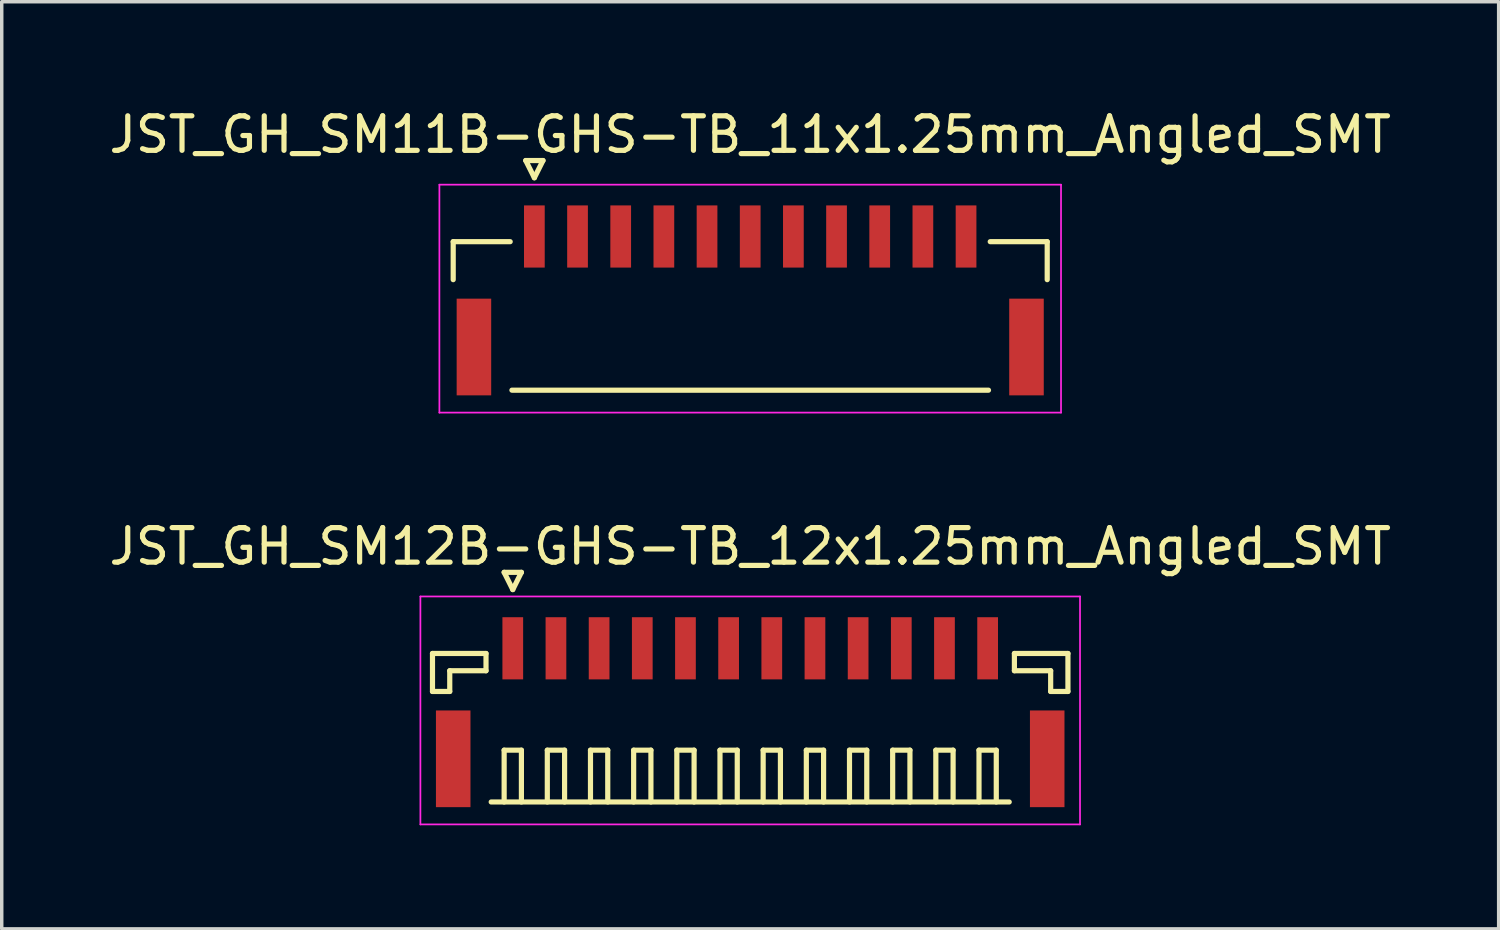
<source format=kicad_pcb>
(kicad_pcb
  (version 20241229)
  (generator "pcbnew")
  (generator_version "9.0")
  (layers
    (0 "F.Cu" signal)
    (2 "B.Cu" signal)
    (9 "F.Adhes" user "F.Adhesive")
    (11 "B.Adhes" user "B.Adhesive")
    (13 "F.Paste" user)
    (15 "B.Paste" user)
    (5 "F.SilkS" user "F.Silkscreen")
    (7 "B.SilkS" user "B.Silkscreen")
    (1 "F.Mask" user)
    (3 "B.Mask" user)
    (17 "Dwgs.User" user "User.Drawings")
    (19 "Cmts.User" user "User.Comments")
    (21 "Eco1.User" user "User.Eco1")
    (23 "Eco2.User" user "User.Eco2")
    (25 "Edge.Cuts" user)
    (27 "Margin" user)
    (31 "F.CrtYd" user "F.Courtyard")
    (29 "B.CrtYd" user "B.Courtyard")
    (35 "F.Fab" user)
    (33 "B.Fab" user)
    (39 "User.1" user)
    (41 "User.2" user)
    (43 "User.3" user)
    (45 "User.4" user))
  (footprint "JST_GH_SM12B-GHS-TB_12x1.25mm_Angled_SMT"
    (layer "F.Cu")
    (at 18.673 17.322)
    (property "Reference" "JST_GH_SM12B-GHS-TB_12x1.25mm_Angled_SMT" (at 0 -4.55 0) (layer "F.SilkS") (effects (font (size 1 1) (thickness 0.15))))
    (attr smd)
    (fp_line (start -9.2 -1.45) (end -7.65 -1.45) (stroke (width 0.15) (type solid)) (layer "F.SilkS"))
    (fp_line (start -9.2 -0.35) (end -9.2 -1.45) (stroke (width 0.15) (type solid)) (layer "F.SilkS"))
    (fp_line (start -8.7 -0.95) (end -8.7 -0.35) (stroke (width 0.15) (type solid)) (layer "F.SilkS"))
    (fp_line (start -8.7 -0.35) (end -9.2 -0.35) (stroke (width 0.15) (type solid)) (layer "F.SilkS"))
    (fp_line (start -7.65 -1.45) (end -7.65 -0.95) (stroke (width 0.15) (type solid)) (layer "F.SilkS"))
    (fp_line (start -7.65 -0.95) (end -8.7 -0.95) (stroke (width 0.15) (type solid)) (layer "F.SilkS"))
    (fp_line (start -7.5 2.85) (end 7.5 2.85) (stroke (width 0.15) (type solid)) (layer "F.SilkS"))
    (fp_line (start -7.125 -3.8) (end -6.625 -3.8) (stroke (width 0.15) (type solid)) (layer "F.SilkS"))
    (fp_line (start -7.125 1.35) (end -6.625 1.35) (stroke (width 0.15) (type solid)) (layer "F.SilkS"))
    (fp_line (start -7.125 2.85) (end -7.125 1.35) (stroke (width 0.15) (type solid)) (layer "F.SilkS"))
    (fp_line (start -6.875 -3.3) (end -7.125 -3.8) (stroke (width 0.15) (type solid)) (layer "F.SilkS"))
    (fp_line (start -6.625 -3.8) (end -6.875 -3.3) (stroke (width 0.15) (type solid)) (layer "F.SilkS"))
    (fp_line (start -6.625 1.35) (end -6.625 2.85) (stroke (width 0.15) (type solid)) (layer "F.SilkS"))
    (fp_line (start -5.875 1.35) (end -5.375 1.35) (stroke (width 0.15) (type solid)) (layer "F.SilkS"))
    (fp_line (start -5.875 2.85) (end -5.875 1.35) (stroke (width 0.15) (type solid)) (layer "F.SilkS"))
    (fp_line (start -5.375 1.35) (end -5.375 2.85) (stroke (width 0.15) (type solid)) (layer "F.SilkS"))
    (fp_line (start -4.625 1.35) (end -4.125 1.35) (stroke (width 0.15) (type solid)) (layer "F.SilkS"))
    (fp_line (start -4.625 2.85) (end -4.625 1.35) (stroke (width 0.15) (type solid)) (layer "F.SilkS"))
    (fp_line (start -4.125 1.35) (end -4.125 2.85) (stroke (width 0.15) (type solid)) (layer "F.SilkS"))
    (fp_line (start -3.375 1.35) (end -2.875 1.35) (stroke (width 0.15) (type solid)) (layer "F.SilkS"))
    (fp_line (start -3.375 2.85) (end -3.375 1.35) (stroke (width 0.15) (type solid)) (layer "F.SilkS"))
    (fp_line (start -2.875 1.35) (end -2.875 2.85) (stroke (width 0.15) (type solid)) (layer "F.SilkS"))
    (fp_line (start -2.125 1.35) (end -1.625 1.35) (stroke (width 0.15) (type solid)) (layer "F.SilkS"))
    (fp_line (start -2.125 2.85) (end -2.125 1.35) (stroke (width 0.15) (type solid)) (layer "F.SilkS"))
    (fp_line (start -1.625 1.35) (end -1.625 2.85) (stroke (width 0.15) (type solid)) (layer "F.SilkS"))
    (fp_line (start -0.875 1.35) (end -0.375 1.35) (stroke (width 0.15) (type solid)) (layer "F.SilkS"))
    (fp_line (start -0.875 2.85) (end -0.875 1.35) (stroke (width 0.15) (type solid)) (layer "F.SilkS"))
    (fp_line (start -0.375 1.35) (end -0.375 2.85) (stroke (width 0.15) (type solid)) (layer "F.SilkS"))
    (fp_line (start 0.375 1.35) (end 0.875 1.35) (stroke (width 0.15) (type solid)) (layer "F.SilkS"))
    (fp_line (start 0.375 2.85) (end 0.375 1.35) (stroke (width 0.15) (type solid)) (layer "F.SilkS"))
    (fp_line (start 0.875 1.35) (end 0.875 2.85) (stroke (width 0.15) (type solid)) (layer "F.SilkS"))
    (fp_line (start 1.625 1.35) (end 2.125 1.35) (stroke (width 0.15) (type solid)) (layer "F.SilkS"))
    (fp_line (start 1.625 2.85) (end 1.625 1.35) (stroke (width 0.15) (type solid)) (layer "F.SilkS"))
    (fp_line (start 2.125 1.35) (end 2.125 2.85) (stroke (width 0.15) (type solid)) (layer "F.SilkS"))
    (fp_line (start 2.875 1.35) (end 3.375 1.35) (stroke (width 0.15) (type solid)) (layer "F.SilkS"))
    (fp_line (start 2.875 2.85) (end 2.875 1.35) (stroke (width 0.15) (type solid)) (layer "F.SilkS"))
    (fp_line (start 3.375 1.35) (end 3.375 2.85) (stroke (width 0.15) (type solid)) (layer "F.SilkS"))
    (fp_line (start 4.125 1.35) (end 4.625 1.35) (stroke (width 0.15) (type solid)) (layer "F.SilkS"))
    (fp_line (start 4.125 2.85) (end 4.125 1.35) (stroke (width 0.15) (type solid)) (layer "F.SilkS"))
    (fp_line (start 4.625 1.35) (end 4.625 2.85) (stroke (width 0.15) (type solid)) (layer "F.SilkS"))
    (fp_line (start 5.375 1.35) (end 5.875 1.35) (stroke (width 0.15) (type solid)) (layer "F.SilkS"))
    (fp_line (start 5.375 2.85) (end 5.375 1.35) (stroke (width 0.15) (type solid)) (layer "F.SilkS"))
    (fp_line (start 5.875 1.35) (end 5.875 2.85) (stroke (width 0.15) (type solid)) (layer "F.SilkS"))
    (fp_line (start 6.625 1.35) (end 7.125 1.35) (stroke (width 0.15) (type solid)) (layer "F.SilkS"))
    (fp_line (start 6.625 2.85) (end 6.625 1.35) (stroke (width 0.15) (type solid)) (layer "F.SilkS"))
    (fp_line (start 7.125 1.35) (end 7.125 2.85) (stroke (width 0.15) (type solid)) (layer "F.SilkS"))
    (fp_line (start 7.65 -1.45) (end 7.65 -0.95) (stroke (width 0.15) (type solid)) (layer "F.SilkS"))
    (fp_line (start 7.65 -0.95) (end 8.7 -0.95) (stroke (width 0.15) (type solid)) (layer "F.SilkS"))
    (fp_line (start 8.7 -0.95) (end 8.7 -0.35) (stroke (width 0.15) (type solid)) (layer "F.SilkS"))
    (fp_line (start 8.7 -0.35) (end 9.2 -0.35) (stroke (width 0.15) (type solid)) (layer "F.SilkS"))
    (fp_line (start 9.2 -1.45) (end 7.65 -1.45) (stroke (width 0.15) (type solid)) (layer "F.SilkS"))
    (fp_line (start 9.2 -0.35) (end 9.2 -1.45) (stroke (width 0.15) (type solid)) (layer "F.SilkS"))
    (fp_line (start -9.55 -3.1) (end -9.55 3.5) (stroke (width 0.05) (type solid)) (layer "F.CrtYd"))
    (fp_line (start -9.55 3.5) (end 9.55 3.5) (stroke (width 0.05) (type solid)) (layer "F.CrtYd"))
    (fp_line (start 9.55 -3.1) (end -9.55 -3.1) (stroke (width 0.05) (type solid)) (layer "F.CrtYd"))
    (fp_line (start 9.55 3.5) (end 9.55 -3.1) (stroke (width 0.05) (type solid)) (layer "F.CrtYd"))
    (pad "" smd rect (at -8.6 1.6) (size 1 2.8) (layers "F.Cu" "F.Mask" "F.Paste"))
    (pad "" smd rect (at 8.6 1.6) (size 1 2.8) (layers "F.Cu" "F.Mask" "F.Paste"))
    (pad "1" smd rect (at -6.875 -1.6) (size 0.6 1.8) (layers "F.Cu" "F.Mask" "F.Paste"))
    (pad "2" smd rect (at -5.625 -1.6) (size 0.6 1.8) (layers "F.Cu" "F.Mask" "F.Paste"))
    (pad "3" smd rect (at -4.375 -1.6) (size 0.6 1.8) (layers "F.Cu" "F.Mask" "F.Paste"))
    (pad "4" smd rect (at -3.125 -1.6) (size 0.6 1.8) (layers "F.Cu" "F.Mask" "F.Paste"))
    (pad "5" smd rect (at -1.875 -1.6) (size 0.6 1.8) (layers "F.Cu" "F.Mask" "F.Paste"))
    (pad "6" smd rect (at -0.625 -1.6) (size 0.6 1.8) (layers "F.Cu" "F.Mask" "F.Paste"))
    (pad "7" smd rect (at 0.625 -1.6) (size 0.6 1.8) (layers "F.Cu" "F.Mask" "F.Paste"))
    (pad "8" smd rect (at 1.875 -1.6) (size 0.6 1.8) (layers "F.Cu" "F.Mask" "F.Paste"))
    (pad "9" smd rect (at 3.125 -1.6) (size 0.6 1.8) (layers "F.Cu" "F.Mask" "F.Paste"))
    (pad "10" smd rect (at 4.375 -1.6) (size 0.6 1.8) (layers "F.Cu" "F.Mask" "F.Paste"))
    (pad "11" smd rect (at 5.625 -1.6) (size 0.6 1.8) (layers "F.Cu" "F.Mask" "F.Paste"))
    (pad "12" smd rect (at 6.875 -1.6) (size 0.6 1.8) (layers "F.Cu" "F.Mask" "F.Paste")))
  (footprint "JST_GH_SM11B-GHS-TB_11x1.25mm_Angled_SMT"
    (layer "F.Cu")
    (at 18.673 5.398)
    (property "Reference" "JST_GH_SM11B-GHS-TB_11x1.25mm_Angled_SMT" (at 0 -4.55 0) (layer "F.SilkS") (effects (font (size 1 1) (thickness 0.15))))
    (attr smd)
    (fp_line (start -8.6 -1.45) (end -6.95 -1.45) (stroke (width 0.15) (type solid)) (layer "F.SilkS"))
    (fp_line (start -8.6 -0.35) (end -8.6 -1.45) (stroke (width 0.15) (type solid)) (layer "F.SilkS"))
    (fp_line (start -6.9 2.85) (end 6.9 2.85) (stroke (width 0.15) (type solid)) (layer "F.SilkS"))
    (fp_line (start -6.5 -3.8) (end -6 -3.8) (stroke (width 0.15) (type solid)) (layer "F.SilkS"))
    (fp_line (start -6.25 -3.3) (end -6.5 -3.8) (stroke (width 0.15) (type solid)) (layer "F.SilkS"))
    (fp_line (start -6 -3.8) (end -6.25 -3.3) (stroke (width 0.15) (type solid)) (layer "F.SilkS"))
    (fp_line (start 8.6 -1.45) (end 6.95 -1.45) (stroke (width 0.15) (type solid)) (layer "F.SilkS"))
    (fp_line (start 8.6 -0.35) (end 8.6 -1.45) (stroke (width 0.15) (type solid)) (layer "F.SilkS"))
    (fp_line (start -9 -3.1) (end -9 3.5) (stroke (width 0.05) (type solid)) (layer "F.CrtYd"))
    (fp_line (start -9 3.5) (end 9 3.5) (stroke (width 0.05) (type solid)) (layer "F.CrtYd"))
    (fp_line (start 9 -3.1) (end -9 -3.1) (stroke (width 0.05) (type solid)) (layer "F.CrtYd"))
    (fp_line (start 9 3.5) (end 9 -3.1) (stroke (width 0.05) (type solid)) (layer "F.CrtYd"))
    (pad "" smd rect (at -8 1.6) (size 1 2.8) (layers "F.Cu" "F.Mask" "F.Paste"))
    (pad "" smd rect (at 8 1.6) (size 1 2.8) (layers "F.Cu" "F.Mask" "F.Paste"))
    (pad "1" smd rect (at -6.25 -1.6) (size 0.6 1.8) (layers "F.Cu" "F.Mask" "F.Paste"))
    (pad "2" smd rect (at -5 -1.6) (size 0.6 1.8) (layers "F.Cu" "F.Mask" "F.Paste"))
    (pad "3" smd rect (at -3.75 -1.6) (size 0.6 1.8) (layers "F.Cu" "F.Mask" "F.Paste"))
    (pad "4" smd rect (at -2.5 -1.6) (size 0.6 1.8) (layers "F.Cu" "F.Mask" "F.Paste"))
    (pad "5" smd rect (at -1.25 -1.6) (size 0.6 1.8) (layers "F.Cu" "F.Mask" "F.Paste"))
    (pad "6" smd rect (at 0 -1.6) (size 0.6 1.8) (layers "F.Cu" "F.Mask" "F.Paste"))
    (pad "7" smd rect (at 1.25 -1.6) (size 0.6 1.8) (layers "F.Cu" "F.Mask" "F.Paste"))
    (pad "8" smd rect (at 2.5 -1.6) (size 0.6 1.8) (layers "F.Cu" "F.Mask" "F.Paste"))
    (pad "9" smd rect (at 3.75 -1.6) (size 0.6 1.8) (layers "F.Cu" "F.Mask" "F.Paste"))
    (pad "10" smd rect (at 5 -1.6) (size 0.6 1.8) (layers "F.Cu" "F.Mask" "F.Paste"))
    (pad "11" smd rect (at 6.25 -1.6) (size 0.6 1.8) (layers "F.Cu" "F.Mask" "F.Paste")))
  (gr_rect
    (start -3 -3)
    (end 40.345 23.846)
    (stroke (width 0.1) (type default))
    (fill no)
    (layer "Edge.Cuts")))
</source>
